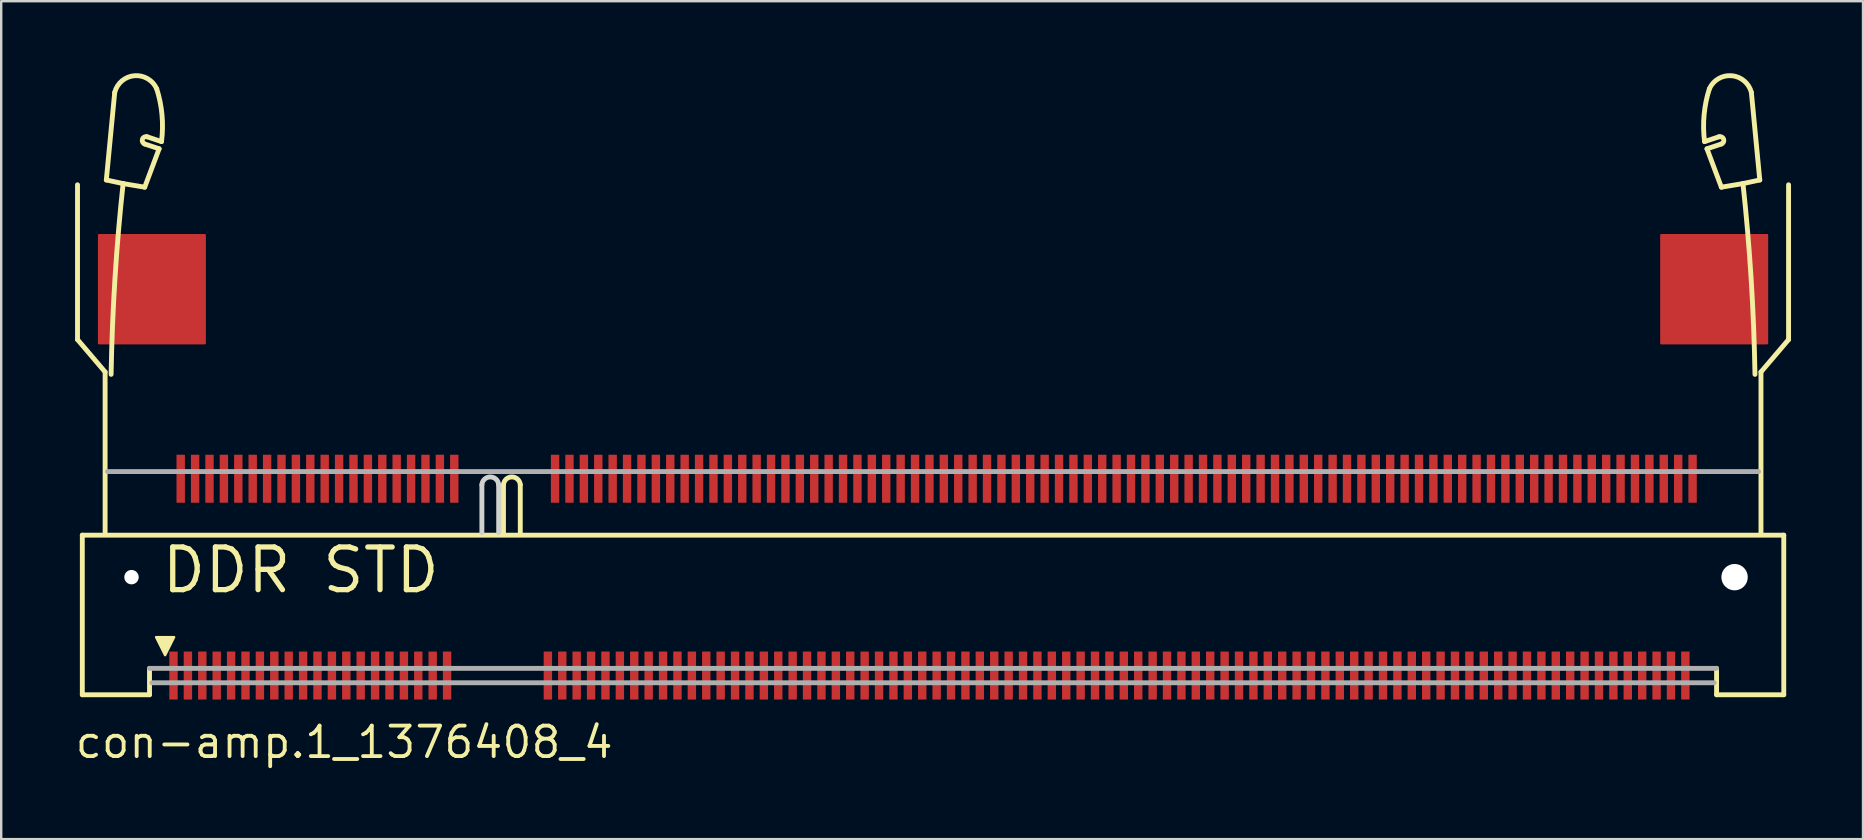
<source format=kicad_pcb>
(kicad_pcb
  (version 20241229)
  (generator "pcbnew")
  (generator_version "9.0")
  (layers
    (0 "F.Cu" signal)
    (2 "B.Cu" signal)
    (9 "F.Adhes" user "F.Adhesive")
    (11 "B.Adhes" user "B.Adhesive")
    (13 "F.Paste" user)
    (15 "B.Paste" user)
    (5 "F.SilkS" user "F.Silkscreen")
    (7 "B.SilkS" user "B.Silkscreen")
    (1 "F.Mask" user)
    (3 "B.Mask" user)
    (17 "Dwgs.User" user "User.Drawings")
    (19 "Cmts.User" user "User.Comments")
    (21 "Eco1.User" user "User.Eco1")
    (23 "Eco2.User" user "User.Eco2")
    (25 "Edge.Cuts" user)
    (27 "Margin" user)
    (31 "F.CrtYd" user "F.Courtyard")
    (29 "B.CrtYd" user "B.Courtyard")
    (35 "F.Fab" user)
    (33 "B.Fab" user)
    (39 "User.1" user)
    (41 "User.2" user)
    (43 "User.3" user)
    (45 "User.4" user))
  (footprint "con-amp.1_1376408_4"
    (layer "F.Cu")
    (at 36.83 21)
    (property "Reference" "con-amp.1_1376408_4" (at -36.83 7.62 0) (layer "F.SilkS") (effects (font (size 1.27 1.27) (thickness 0.16)) (justify left bottom)))
    (attr smd)
    (fp_line (start -36.65 -16.35) (end -36.65 -9.9) (stroke (width 0.203) (type default)) (layer "F.SilkS"))
    (fp_line (start -36.65 -9.9) (end -35.5 -8.55) (stroke (width 0.203) (type default)) (layer "F.SilkS"))
    (fp_line (start -36.45 -1.75) (end -36.45 4.9) (stroke (width 0.203) (type default)) (layer "F.SilkS"))
    (fp_line (start -36.45 4.9) (end -33.65 4.9) (stroke (width 0.203) (type default)) (layer "F.SilkS"))
    (fp_line (start -35.5 -8.55) (end -35.5 -1.85) (stroke (width 0.203) (type default)) (layer "F.SilkS"))
    (fp_line (start -35.45 -16.55) (end -34.75 -16.4) (stroke (width 0.203) (type default)) (layer "F.SilkS"))
    (fp_line (start -35.1 -20.2) (end -35.45 -16.55) (stroke (width 0.203) (type default)) (layer "F.SilkS"))
    (fp_line (start -34.75 -16.4) (end -33.85 -16.25) (stroke (width 0.203) (type default)) (layer "F.SilkS"))
    (fp_line (start -33.85 -16.25) (end -33.25 -17.85) (stroke (width 0.203) (type default)) (layer "F.SilkS"))
    (fp_line (start -33.75 -18.35) (end -33.15 -18.15) (stroke (width 0.203) (type default)) (layer "F.SilkS"))
    (fp_line (start -33.65 4.9) (end -33.65 3.8) (stroke (width 0.203) (type default)) (layer "F.SilkS"))
    (fp_line (start -33.25 -17.85) (end -33.85 -18.05) (stroke (width 0.203) (type default)) (layer "F.SilkS"))
    (fp_line (start -18.9 -3.85) (end -18.9 -1.85) (stroke (width 0.203) (type default)) (layer "F.SilkS"))
    (fp_line (start -18.2 -3.85) (end -18.2 -1.85) (stroke (width 0.203) (type default)) (layer "F.SilkS"))
    (fp_line (start 31.25 -17.85) (end 31.85 -18.05) (stroke (width 0.203) (type default)) (layer "F.SilkS"))
    (fp_line (start 31.65 3.8) (end 31.65 4.9) (stroke (width 0.203) (type default)) (layer "F.SilkS"))
    (fp_line (start 31.65 4.9) (end 34.45 4.9) (stroke (width 0.203) (type default)) (layer "F.SilkS"))
    (fp_line (start 31.75 -18.35) (end 31.15 -18.15) (stroke (width 0.203) (type default)) (layer "F.SilkS"))
    (fp_line (start 31.85 -16.25) (end 31.25 -17.85) (stroke (width 0.203) (type default)) (layer "F.SilkS"))
    (fp_line (start 32.75 -16.4) (end 31.85 -16.25) (stroke (width 0.203) (type default)) (layer "F.SilkS"))
    (fp_line (start 33.1 -20.2) (end 33.45 -16.55) (stroke (width 0.203) (type default)) (layer "F.SilkS"))
    (fp_line (start 33.45 -16.55) (end 32.75 -16.4) (stroke (width 0.203) (type default)) (layer "F.SilkS"))
    (fp_line (start 33.5 -8.55) (end 33.5 -1.85) (stroke (width 0.203) (type default)) (layer "F.SilkS"))
    (fp_line (start 34.45 -1.75) (end -36.45 -1.75) (stroke (width 0.203) (type default)) (layer "F.SilkS"))
    (fp_line (start 34.45 4.9) (end 34.45 -1.75) (stroke (width 0.203) (type default)) (layer "F.SilkS"))
    (fp_line (start 34.65 -16.35) (end 34.65 -9.9) (stroke (width 0.203) (type default)) (layer "F.SilkS"))
    (fp_line (start 34.65 -9.9) (end 33.5 -8.55) (stroke (width 0.203) (type default)) (layer "F.SilkS"))
    (fp_arc (start -35.25 -8.45) (mid -35.090252 -12.430676) (end -34.75 -16.4) (stroke (width 0.2032) (type default)) (layer "F.SilkS"))
    (fp_arc (start -35.1 -20.2) (mid -34.27818 -20.895428) (end -33.35 -20.35) (stroke (width 0.2032) (type default)) (layer "F.SilkS"))
    (fp_arc (start -33.85 -18.05) (mid -33.945277 -18.248426) (end -33.75 -18.35) (stroke (width 0.2032) (type default)) (layer "F.SilkS"))
    (fp_arc (start -33.35 -20.35) (mid -33.129251 -19.260977) (end -33.15 -18.15) (stroke (width 0.2032) (type default)) (layer "F.SilkS"))
    (fp_arc (start -18.9 -3.85) (mid -18.55 -4.175892) (end -18.2 -3.85) (stroke (width 0.2032) (type default)) (layer "F.SilkS"))
    (fp_arc (start 31.15 -18.15) (mid 31.129251 -19.260977) (end 31.35 -20.35) (stroke (width 0.2032) (type default)) (layer "F.SilkS"))
    (fp_arc (start 31.35 -20.35) (mid 32.27818 -20.895428) (end 33.1 -20.2) (stroke (width 0.2032) (type default)) (layer "F.SilkS"))
    (fp_arc (start 31.75 -18.35) (mid 31.945277 -18.248426) (end 31.85 -18.05) (stroke (width 0.2032) (type default)) (layer "F.SilkS"))
    (fp_arc (start 32.75 -16.4) (mid 33.090252 -12.430676) (end 33.25 -8.45) (stroke (width 0.2032) (type default)) (layer "F.SilkS"))
    (fp_poly (pts (xy -33 3.25) (xy -33.375 2.5) (xy -32.625 2.5)) (stroke (width 0.102) (type default)) (fill yes) (layer "F.SilkS"))
    (fp_line (start -19.8 -3.85) (end -19.8 -1.85) (stroke (width 0.203) (type default)) (layer "Edge.Cuts"))
    (fp_line (start -19.1 -3.85) (end -19.1 -1.85) (stroke (width 0.203) (type default)) (layer "Edge.Cuts"))
    (fp_arc (start -19.8 -3.85) (mid -19.45 -4.175892) (end -19.1 -3.85) (stroke (width 0.2032) (type default)) (layer "Edge.Cuts"))
    (fp_line (start -35.4 -4.4) (end 33.4 -4.4) (stroke (width 0.203) (type default)) (layer "F.Fab"))
    (fp_line (start -33.65 3.8) (end 31.65 3.8) (stroke (width 0.203) (type default)) (layer "F.Fab"))
    (fp_line (start -33.55 4.4) (end 31.55 4.4) (stroke (width 0.203) (type default)) (layer "F.Fab"))
    (fp_text user "DDR STD" (at -33.25 0.75 0) (layer "F.SilkS") (effects (font (size 1.778 1.778) (thickness 0.22)) (justify left bottom)))
    (pad "" np_thru_hole circle (at -34.4 0) (size 0.6 0.6) (drill 0.6) (layers "*.Cu" "*.Mask"))
    (pad "" np_thru_hole circle (at 32.4 0) (size 1.1 1.1) (drill 1.1) (layers "*.Cu" "*.Mask"))
    (pad "1" smd roundrect (at -32.65 4.1 90) (size 2 0.35) (layers "F.Cu" "F.Mask" "F.Paste") (roundrect_rratio 0.01))
    (pad "2" smd roundrect (at -32.35 -4.1 90) (size 2 0.35) (layers "F.Cu" "F.Mask" "F.Paste") (roundrect_rratio 0.01))
    (pad "3" smd roundrect (at -32.05 4.1 90) (size 2 0.35) (layers "F.Cu" "F.Mask" "F.Paste") (roundrect_rratio 0.01))
    (pad "4" smd roundrect (at -31.75 -4.1 90) (size 2 0.35) (layers "F.Cu" "F.Mask" "F.Paste") (roundrect_rratio 0.01))
    (pad "5" smd roundrect (at -31.45 4.1 90) (size 2 0.35) (layers "F.Cu" "F.Mask" "F.Paste") (roundrect_rratio 0.01))
    (pad "6" smd roundrect (at -31.15 -4.1 90) (size 2 0.35) (layers "F.Cu" "F.Mask" "F.Paste") (roundrect_rratio 0.01))
    (pad "7" smd roundrect (at -30.85 4.1 90) (size 2 0.35) (layers "F.Cu" "F.Mask" "F.Paste") (roundrect_rratio 0.01))
    (pad "8" smd roundrect (at -30.55 -4.1 90) (size 2 0.35) (layers "F.Cu" "F.Mask" "F.Paste") (roundrect_rratio 0.01))
    (pad "9" smd roundrect (at -30.25 4.1 90) (size 2 0.35) (layers "F.Cu" "F.Mask" "F.Paste") (roundrect_rratio 0.01))
    (pad "10" smd roundrect (at -29.95 -4.1 90) (size 2 0.35) (layers "F.Cu" "F.Mask" "F.Paste") (roundrect_rratio 0.01))
    (pad "11" smd roundrect (at -29.65 4.1 90) (size 2 0.35) (layers "F.Cu" "F.Mask" "F.Paste") (roundrect_rratio 0.01))
    (pad "12" smd roundrect (at -29.35 -4.1 90) (size 2 0.35) (layers "F.Cu" "F.Mask" "F.Paste") (roundrect_rratio 0.01))
    (pad "13" smd roundrect (at -29.05 4.1 90) (size 2 0.35) (layers "F.Cu" "F.Mask" "F.Paste") (roundrect_rratio 0.01))
    (pad "14" smd roundrect (at -28.75 -4.1 90) (size 2 0.35) (layers "F.Cu" "F.Mask" "F.Paste") (roundrect_rratio 0.01))
    (pad "15" smd roundrect (at -28.45 4.1 90) (size 2 0.35) (layers "F.Cu" "F.Mask" "F.Paste") (roundrect_rratio 0.01))
    (pad "16" smd roundrect (at -28.15 -4.1 90) (size 2 0.35) (layers "F.Cu" "F.Mask" "F.Paste") (roundrect_rratio 0.01))
    (pad "17" smd roundrect (at -27.85 4.1 90) (size 2 0.35) (layers "F.Cu" "F.Mask" "F.Paste") (roundrect_rratio 0.01))
    (pad "18" smd roundrect (at -27.55 -4.1 90) (size 2 0.35) (layers "F.Cu" "F.Mask" "F.Paste") (roundrect_rratio 0.01))
    (pad "19" smd roundrect (at -27.25 4.1 90) (size 2 0.35) (layers "F.Cu" "F.Mask" "F.Paste") (roundrect_rratio 0.01))
    (pad "20" smd roundrect (at -26.95 -4.1 90) (size 2 0.35) (layers "F.Cu" "F.Mask" "F.Paste") (roundrect_rratio 0.01))
    (pad "21" smd roundrect (at -26.65 4.1 90) (size 2 0.35) (layers "F.Cu" "F.Mask" "F.Paste") (roundrect_rratio 0.01))
    (pad "22" smd roundrect (at -26.35 -4.1 90) (size 2 0.35) (layers "F.Cu" "F.Mask" "F.Paste") (roundrect_rratio 0.01))
    (pad "23" smd roundrect (at -26.05 4.1 90) (size 2 0.35) (layers "F.Cu" "F.Mask" "F.Paste") (roundrect_rratio 0.01))
    (pad "24" smd roundrect (at -25.75 -4.1 90) (size 2 0.35) (layers "F.Cu" "F.Mask" "F.Paste") (roundrect_rratio 0.01))
    (pad "25" smd roundrect (at -25.45 4.1 90) (size 2 0.35) (layers "F.Cu" "F.Mask" "F.Paste") (roundrect_rratio 0.01))
    (pad "26" smd roundrect (at -25.15 -4.1 90) (size 2 0.35) (layers "F.Cu" "F.Mask" "F.Paste") (roundrect_rratio 0.01))
    (pad "27" smd roundrect (at -24.85 4.1 90) (size 2 0.35) (layers "F.Cu" "F.Mask" "F.Paste") (roundrect_rratio 0.01))
    (pad "28" smd roundrect (at -24.55 -4.1 90) (size 2 0.35) (layers "F.Cu" "F.Mask" "F.Paste") (roundrect_rratio 0.01))
    (pad "29" smd roundrect (at -24.25 4.1 90) (size 2 0.35) (layers "F.Cu" "F.Mask" "F.Paste") (roundrect_rratio 0.01))
    (pad "30" smd roundrect (at -23.95 -4.1 90) (size 2 0.35) (layers "F.Cu" "F.Mask" "F.Paste") (roundrect_rratio 0.01))
    (pad "31" smd roundrect (at -23.65 4.1 90) (size 2 0.35) (layers "F.Cu" "F.Mask" "F.Paste") (roundrect_rratio 0.01))
    (pad "32" smd roundrect (at -23.35 -4.1 90) (size 2 0.35) (layers "F.Cu" "F.Mask" "F.Paste") (roundrect_rratio 0.01))
    (pad "33" smd roundrect (at -23.05 4.1 90) (size 2 0.35) (layers "F.Cu" "F.Mask" "F.Paste") (roundrect_rratio 0.01))
    (pad "34" smd roundrect (at -22.75 -4.1 90) (size 2 0.35) (layers "F.Cu" "F.Mask" "F.Paste") (roundrect_rratio 0.01))
    (pad "35" smd roundrect (at -22.45 4.1 90) (size 2 0.35) (layers "F.Cu" "F.Mask" "F.Paste") (roundrect_rratio 0.01))
    (pad "36" smd roundrect (at -22.15 -4.1 90) (size 2 0.35) (layers "F.Cu" "F.Mask" "F.Paste") (roundrect_rratio 0.01))
    (pad "37" smd roundrect (at -21.85 4.1 90) (size 2 0.35) (layers "F.Cu" "F.Mask" "F.Paste") (roundrect_rratio 0.01))
    (pad "38" smd roundrect (at -21.55 -4.1 90) (size 2 0.35) (layers "F.Cu" "F.Mask" "F.Paste") (roundrect_rratio 0.01))
    (pad "39" smd roundrect (at -21.25 4.1 90) (size 2 0.35) (layers "F.Cu" "F.Mask" "F.Paste") (roundrect_rratio 0.01))
    (pad "40" smd roundrect (at -20.95 -4.1 90) (size 2 0.35) (layers "F.Cu" "F.Mask" "F.Paste") (roundrect_rratio 0.01))
    (pad "41" smd roundrect (at -17.05 4.1 90) (size 2 0.35) (layers "F.Cu" "F.Mask" "F.Paste") (roundrect_rratio 0.01))
    (pad "42" smd roundrect (at -16.75 -4.1 90) (size 2 0.35) (layers "F.Cu" "F.Mask" "F.Paste") (roundrect_rratio 0.01))
    (pad "43" smd roundrect (at -16.45 4.1 90) (size 2 0.35) (layers "F.Cu" "F.Mask" "F.Paste") (roundrect_rratio 0.01))
    (pad "44" smd roundrect (at -16.15 -4.1 90) (size 2 0.35) (layers "F.Cu" "F.Mask" "F.Paste") (roundrect_rratio 0.01))
    (pad "45" smd roundrect (at -15.85 4.1 90) (size 2 0.35) (layers "F.Cu" "F.Mask" "F.Paste") (roundrect_rratio 0.01))
    (pad "46" smd roundrect (at -15.55 -4.1 90) (size 2 0.35) (layers "F.Cu" "F.Mask" "F.Paste") (roundrect_rratio 0.01))
    (pad "47" smd roundrect (at -15.25 4.1 90) (size 2 0.35) (layers "F.Cu" "F.Mask" "F.Paste") (roundrect_rratio 0.01))
    (pad "48" smd roundrect (at -14.95 -4.1 90) (size 2 0.35) (layers "F.Cu" "F.Mask" "F.Paste") (roundrect_rratio 0.01))
    (pad "49" smd roundrect (at -14.65 4.1 90) (size 2 0.35) (layers "F.Cu" "F.Mask" "F.Paste") (roundrect_rratio 0.01))
    (pad "50" smd roundrect (at -14.35 -4.1 90) (size 2 0.35) (layers "F.Cu" "F.Mask" "F.Paste") (roundrect_rratio 0.01))
    (pad "51" smd roundrect (at -14.05 4.1 90) (size 2 0.35) (layers "F.Cu" "F.Mask" "F.Paste") (roundrect_rratio 0.01))
    (pad "52" smd roundrect (at -13.75 -4.1 90) (size 2 0.35) (layers "F.Cu" "F.Mask" "F.Paste") (roundrect_rratio 0.01))
    (pad "53" smd roundrect (at -13.45 4.1 90) (size 2 0.35) (layers "F.Cu" "F.Mask" "F.Paste") (roundrect_rratio 0.01))
    (pad "54" smd roundrect (at -13.15 -4.1 90) (size 2 0.35) (layers "F.Cu" "F.Mask" "F.Paste") (roundrect_rratio 0.01))
    (pad "55" smd roundrect (at -12.85 4.1 90) (size 2 0.35) (layers "F.Cu" "F.Mask" "F.Paste") (roundrect_rratio 0.01))
    (pad "56" smd roundrect (at -12.55 -4.1 90) (size 2 0.35) (layers "F.Cu" "F.Mask" "F.Paste") (roundrect_rratio 0.01))
    (pad "57" smd roundrect (at -12.25 4.1 90) (size 2 0.35) (layers "F.Cu" "F.Mask" "F.Paste") (roundrect_rratio 0.01))
    (pad "58" smd roundrect (at -11.95 -4.1 90) (size 2 0.35) (layers "F.Cu" "F.Mask" "F.Paste") (roundrect_rratio 0.01))
    (pad "59" smd roundrect (at -11.65 4.1 90) (size 2 0.35) (layers "F.Cu" "F.Mask" "F.Paste") (roundrect_rratio 0.01))
    (pad "60" smd roundrect (at -11.35 -4.1 90) (size 2 0.35) (layers "F.Cu" "F.Mask" "F.Paste") (roundrect_rratio 0.01))
    (pad "61" smd roundrect (at -11.05 4.1 90) (size 2 0.35) (layers "F.Cu" "F.Mask" "F.Paste") (roundrect_rratio 0.01))
    (pad "62" smd roundrect (at -10.75 -4.1 90) (size 2 0.35) (layers "F.Cu" "F.Mask" "F.Paste") (roundrect_rratio 0.01))
    (pad "63" smd roundrect (at -10.45 4.1 90) (size 2 0.35) (layers "F.Cu" "F.Mask" "F.Paste") (roundrect_rratio 0.01))
    (pad "64" smd roundrect (at -10.15 -4.1 90) (size 2 0.35) (layers "F.Cu" "F.Mask" "F.Paste") (roundrect_rratio 0.01))
    (pad "65" smd roundrect (at -9.85 4.1 90) (size 2 0.35) (layers "F.Cu" "F.Mask" "F.Paste") (roundrect_rratio 0.01))
    (pad "66" smd roundrect (at -9.55 -4.1 90) (size 2 0.35) (layers "F.Cu" "F.Mask" "F.Paste") (roundrect_rratio 0.01))
    (pad "67" smd roundrect (at -9.25 4.1 90) (size 2 0.35) (layers "F.Cu" "F.Mask" "F.Paste") (roundrect_rratio 0.01))
    (pad "68" smd roundrect (at -8.95 -4.1 90) (size 2 0.35) (layers "F.Cu" "F.Mask" "F.Paste") (roundrect_rratio 0.01))
    (pad "69" smd roundrect (at -8.65 4.1 90) (size 2 0.35) (layers "F.Cu" "F.Mask" "F.Paste") (roundrect_rratio 0.01))
    (pad "70" smd roundrect (at -8.35 -4.1 90) (size 2 0.35) (layers "F.Cu" "F.Mask" "F.Paste") (roundrect_rratio 0.01))
    (pad "71" smd roundrect (at -8.05 4.1 90) (size 2 0.35) (layers "F.Cu" "F.Mask" "F.Paste") (roundrect_rratio 0.01))
    (pad "72" smd roundrect (at -7.75 -4.1 90) (size 2 0.35) (layers "F.Cu" "F.Mask" "F.Paste") (roundrect_rratio 0.01))
    (pad "73" smd roundrect (at -7.45 4.1 90) (size 2 0.35) (layers "F.Cu" "F.Mask" "F.Paste") (roundrect_rratio 0.01))
    (pad "74" smd roundrect (at -7.15 -4.1 90) (size 2 0.35) (layers "F.Cu" "F.Mask" "F.Paste") (roundrect_rratio 0.01))
    (pad "75" smd roundrect (at -6.85 4.1 90) (size 2 0.35) (layers "F.Cu" "F.Mask" "F.Paste") (roundrect_rratio 0.01))
    (pad "76" smd roundrect (at -6.55 -4.1 90) (size 2 0.35) (layers "F.Cu" "F.Mask" "F.Paste") (roundrect_rratio 0.01))
    (pad "77" smd roundrect (at -6.25 4.1 90) (size 2 0.35) (layers "F.Cu" "F.Mask" "F.Paste") (roundrect_rratio 0.01))
    (pad "78" smd roundrect (at -5.95 -4.1 90) (size 2 0.35) (layers "F.Cu" "F.Mask" "F.Paste") (roundrect_rratio 0.01))
    (pad "79" smd roundrect (at -5.65 4.1 90) (size 2 0.35) (layers "F.Cu" "F.Mask" "F.Paste") (roundrect_rratio 0.01))
    (pad "80" smd roundrect (at -5.35 -4.1 90) (size 2 0.35) (layers "F.Cu" "F.Mask" "F.Paste") (roundrect_rratio 0.01))
    (pad "81" smd roundrect (at -5.05 4.1 90) (size 2 0.35) (layers "F.Cu" "F.Mask" "F.Paste") (roundrect_rratio 0.01))
    (pad "82" smd roundrect (at -4.75 -4.1 90) (size 2 0.35) (layers "F.Cu" "F.Mask" "F.Paste") (roundrect_rratio 0.01))
    (pad "83" smd roundrect (at -4.45 4.1 90) (size 2 0.35) (layers "F.Cu" "F.Mask" "F.Paste") (roundrect_rratio 0.01))
    (pad "84" smd roundrect (at -4.15 -4.1 90) (size 2 0.35) (layers "F.Cu" "F.Mask" "F.Paste") (roundrect_rratio 0.01))
    (pad "85" smd roundrect (at -3.85 4.1 90) (size 2 0.35) (layers "F.Cu" "F.Mask" "F.Paste") (roundrect_rratio 0.01))
    (pad "86" smd roundrect (at -3.55 -4.1 90) (size 2 0.35) (layers "F.Cu" "F.Mask" "F.Paste") (roundrect_rratio 0.01))
    (pad "87" smd roundrect (at -3.25 4.1 90) (size 2 0.35) (layers "F.Cu" "F.Mask" "F.Paste") (roundrect_rratio 0.01))
    (pad "88" smd roundrect (at -2.95 -4.1 90) (size 2 0.35) (layers "F.Cu" "F.Mask" "F.Paste") (roundrect_rratio 0.01))
    (pad "89" smd roundrect (at -2.65 4.1 90) (size 2 0.35) (layers "F.Cu" "F.Mask" "F.Paste") (roundrect_rratio 0.01))
    (pad "90" smd roundrect (at -2.35 -4.1 90) (size 2 0.35) (layers "F.Cu" "F.Mask" "F.Paste") (roundrect_rratio 0.01))
    (pad "91" smd roundrect (at -2.05 4.1 90) (size 2 0.35) (layers "F.Cu" "F.Mask" "F.Paste") (roundrect_rratio 0.01))
    (pad "92" smd roundrect (at -1.75 -4.1 90) (size 2 0.35) (layers "F.Cu" "F.Mask" "F.Paste") (roundrect_rratio 0.01))
    (pad "93" smd roundrect (at -1.45 4.1 90) (size 2 0.35) (layers "F.Cu" "F.Mask" "F.Paste") (roundrect_rratio 0.01))
    (pad "94" smd roundrect (at -1.15 -4.1 90) (size 2 0.35) (layers "F.Cu" "F.Mask" "F.Paste") (roundrect_rratio 0.01))
    (pad "95" smd roundrect (at -0.85 4.1 90) (size 2 0.35) (layers "F.Cu" "F.Mask" "F.Paste") (roundrect_rratio 0.01))
    (pad "96" smd roundrect (at -0.55 -4.1 90) (size 2 0.35) (layers "F.Cu" "F.Mask" "F.Paste") (roundrect_rratio 0.01))
    (pad "97" smd roundrect (at -0.25 4.1 90) (size 2 0.35) (layers "F.Cu" "F.Mask" "F.Paste") (roundrect_rratio 0.01))
    (pad "98" smd roundrect (at 0.05 -4.1 90) (size 2 0.35) (layers "F.Cu" "F.Mask" "F.Paste") (roundrect_rratio 0.01))
    (pad "99" smd roundrect (at 0.35 4.1 90) (size 2 0.35) (layers "F.Cu" "F.Mask" "F.Paste") (roundrect_rratio 0.01))
    (pad "100" smd roundrect (at 0.65 -4.1 90) (size 2 0.35) (layers "F.Cu" "F.Mask" "F.Paste") (roundrect_rratio 0.01))
    (pad "101" smd roundrect (at 0.95 4.1 90) (size 2 0.35) (layers "F.Cu" "F.Mask" "F.Paste") (roundrect_rratio 0.01))
    (pad "102" smd roundrect (at 1.25 -4.1 90) (size 2 0.35) (layers "F.Cu" "F.Mask" "F.Paste") (roundrect_rratio 0.01))
    (pad "103" smd roundrect (at 1.55 4.1 90) (size 2 0.35) (layers "F.Cu" "F.Mask" "F.Paste") (roundrect_rratio 0.01))
    (pad "104" smd roundrect (at 1.85 -4.1 90) (size 2 0.35) (layers "F.Cu" "F.Mask" "F.Paste") (roundrect_rratio 0.01))
    (pad "105" smd roundrect (at 2.15 4.1 90) (size 2 0.35) (layers "F.Cu" "F.Mask" "F.Paste") (roundrect_rratio 0.01))
    (pad "106" smd roundrect (at 2.45 -4.1 90) (size 2 0.35) (layers "F.Cu" "F.Mask" "F.Paste") (roundrect_rratio 0.01))
    (pad "107" smd roundrect (at 2.75 4.1 90) (size 2 0.35) (layers "F.Cu" "F.Mask" "F.Paste") (roundrect_rratio 0.01))
    (pad "108" smd roundrect (at 3.05 -4.1 90) (size 2 0.35) (layers "F.Cu" "F.Mask" "F.Paste") (roundrect_rratio 0.01))
    (pad "109" smd roundrect (at 3.35 4.1 90) (size 2 0.35) (layers "F.Cu" "F.Mask" "F.Paste") (roundrect_rratio 0.01))
    (pad "110" smd roundrect (at 3.65 -4.1 90) (size 2 0.35) (layers "F.Cu" "F.Mask" "F.Paste") (roundrect_rratio 0.01))
    (pad "111" smd roundrect (at 3.95 4.1 90) (size 2 0.35) (layers "F.Cu" "F.Mask" "F.Paste") (roundrect_rratio 0.01))
    (pad "112" smd roundrect (at 4.25 -4.1 90) (size 2 0.35) (layers "F.Cu" "F.Mask" "F.Paste") (roundrect_rratio 0.01))
    (pad "113" smd roundrect (at 4.55 4.1 90) (size 2 0.35) (layers "F.Cu" "F.Mask" "F.Paste") (roundrect_rratio 0.01))
    (pad "114" smd roundrect (at 4.85 -4.1 90) (size 2 0.35) (layers "F.Cu" "F.Mask" "F.Paste") (roundrect_rratio 0.01))
    (pad "115" smd roundrect (at 5.15 4.1 90) (size 2 0.35) (layers "F.Cu" "F.Mask" "F.Paste") (roundrect_rratio 0.01))
    (pad "116" smd roundrect (at 5.45 -4.1 90) (size 2 0.35) (layers "F.Cu" "F.Mask" "F.Paste") (roundrect_rratio 0.01))
    (pad "117" smd roundrect (at 5.75 4.1 90) (size 2 0.35) (layers "F.Cu" "F.Mask" "F.Paste") (roundrect_rratio 0.01))
    (pad "118" smd roundrect (at 6.05 -4.1 90) (size 2 0.35) (layers "F.Cu" "F.Mask" "F.Paste") (roundrect_rratio 0.01))
    (pad "119" smd roundrect (at 6.35 4.1 90) (size 2 0.35) (layers "F.Cu" "F.Mask" "F.Paste") (roundrect_rratio 0.01))
    (pad "120" smd roundrect (at 6.65 -4.1 90) (size 2 0.35) (layers "F.Cu" "F.Mask" "F.Paste") (roundrect_rratio 0.01))
    (pad "121" smd roundrect (at 6.95 4.1 90) (size 2 0.35) (layers "F.Cu" "F.Mask" "F.Paste") (roundrect_rratio 0.01))
    (pad "122" smd roundrect (at 7.25 -4.1 90) (size 2 0.35) (layers "F.Cu" "F.Mask" "F.Paste") (roundrect_rratio 0.01))
    (pad "123" smd roundrect (at 7.55 4.1 90) (size 2 0.35) (layers "F.Cu" "F.Mask" "F.Paste") (roundrect_rratio 0.01))
    (pad "124" smd roundrect (at 7.85 -4.1 90) (size 2 0.35) (layers "F.Cu" "F.Mask" "F.Paste") (roundrect_rratio 0.01))
    (pad "125" smd roundrect (at 8.15 4.1 90) (size 2 0.35) (layers "F.Cu" "F.Mask" "F.Paste") (roundrect_rratio 0.01))
    (pad "126" smd roundrect (at 8.45 -4.1 90) (size 2 0.35) (layers "F.Cu" "F.Mask" "F.Paste") (roundrect_rratio 0.01))
    (pad "127" smd roundrect (at 8.75 4.1 90) (size 2 0.35) (layers "F.Cu" "F.Mask" "F.Paste") (roundrect_rratio 0.01))
    (pad "128" smd roundrect (at 9.05 -4.1 90) (size 2 0.35) (layers "F.Cu" "F.Mask" "F.Paste") (roundrect_rratio 0.01))
    (pad "129" smd roundrect (at 9.35 4.1 90) (size 2 0.35) (layers "F.Cu" "F.Mask" "F.Paste") (roundrect_rratio 0.01))
    (pad "130" smd roundrect (at 9.65 -4.1 90) (size 2 0.35) (layers "F.Cu" "F.Mask" "F.Paste") (roundrect_rratio 0.01))
    (pad "131" smd roundrect (at 9.95 4.1 90) (size 2 0.35) (layers "F.Cu" "F.Mask" "F.Paste") (roundrect_rratio 0.01))
    (pad "132" smd roundrect (at 10.25 -4.1 90) (size 2 0.35) (layers "F.Cu" "F.Mask" "F.Paste") (roundrect_rratio 0.01))
    (pad "133" smd roundrect (at 10.55 4.1 90) (size 2 0.35) (layers "F.Cu" "F.Mask" "F.Paste") (roundrect_rratio 0.01))
    (pad "134" smd roundrect (at 10.85 -4.1 90) (size 2 0.35) (layers "F.Cu" "F.Mask" "F.Paste") (roundrect_rratio 0.01))
    (pad "135" smd roundrect (at 11.15 4.1 90) (size 2 0.35) (layers "F.Cu" "F.Mask" "F.Paste") (roundrect_rratio 0.01))
    (pad "136" smd roundrect (at 11.45 -4.1 90) (size 2 0.35) (layers "F.Cu" "F.Mask" "F.Paste") (roundrect_rratio 0.01))
    (pad "137" smd roundrect (at 11.75 4.1 90) (size 2 0.35) (layers "F.Cu" "F.Mask" "F.Paste") (roundrect_rratio 0.01))
    (pad "138" smd roundrect (at 12.05 -4.1 90) (size 2 0.35) (layers "F.Cu" "F.Mask" "F.Paste") (roundrect_rratio 0.01))
    (pad "139" smd roundrect (at 12.35 4.1 90) (size 2 0.35) (layers "F.Cu" "F.Mask" "F.Paste") (roundrect_rratio 0.01))
    (pad "140" smd roundrect (at 12.65 -4.1 90) (size 2 0.35) (layers "F.Cu" "F.Mask" "F.Paste") (roundrect_rratio 0.01))
    (pad "141" smd roundrect (at 12.95 4.1 90) (size 2 0.35) (layers "F.Cu" "F.Mask" "F.Paste") (roundrect_rratio 0.01))
    (pad "142" smd roundrect (at 13.25 -4.1 90) (size 2 0.35) (layers "F.Cu" "F.Mask" "F.Paste") (roundrect_rratio 0.01))
    (pad "143" smd roundrect (at 13.55 4.1 90) (size 2 0.35) (layers "F.Cu" "F.Mask" "F.Paste") (roundrect_rratio 0.01))
    (pad "144" smd roundrect (at 13.85 -4.1 90) (size 2 0.35) (layers "F.Cu" "F.Mask" "F.Paste") (roundrect_rratio 0.01))
    (pad "145" smd roundrect (at 14.15 4.1 90) (size 2 0.35) (layers "F.Cu" "F.Mask" "F.Paste") (roundrect_rratio 0.01))
    (pad "146" smd roundrect (at 14.45 -4.1 90) (size 2 0.35) (layers "F.Cu" "F.Mask" "F.Paste") (roundrect_rratio 0.01))
    (pad "147" smd roundrect (at 14.75 4.1 90) (size 2 0.35) (layers "F.Cu" "F.Mask" "F.Paste") (roundrect_rratio 0.01))
    (pad "148" smd roundrect (at 15.05 -4.1 90) (size 2 0.35) (layers "F.Cu" "F.Mask" "F.Paste") (roundrect_rratio 0.01))
    (pad "149" smd roundrect (at 15.35 4.1 90) (size 2 0.35) (layers "F.Cu" "F.Mask" "F.Paste") (roundrect_rratio 0.01))
    (pad "150" smd roundrect (at 15.65 -4.1 90) (size 2 0.35) (layers "F.Cu" "F.Mask" "F.Paste") (roundrect_rratio 0.01))
    (pad "151" smd roundrect (at 15.95 4.1 90) (size 2 0.35) (layers "F.Cu" "F.Mask" "F.Paste") (roundrect_rratio 0.01))
    (pad "152" smd roundrect (at 16.25 -4.1 90) (size 2 0.35) (layers "F.Cu" "F.Mask" "F.Paste") (roundrect_rratio 0.01))
    (pad "153" smd roundrect (at 16.55 4.1 90) (size 2 0.35) (layers "F.Cu" "F.Mask" "F.Paste") (roundrect_rratio 0.01))
    (pad "154" smd roundrect (at 16.85 -4.1 90) (size 2 0.35) (layers "F.Cu" "F.Mask" "F.Paste") (roundrect_rratio 0.01))
    (pad "155" smd roundrect (at 17.15 4.1 90) (size 2 0.35) (layers "F.Cu" "F.Mask" "F.Paste") (roundrect_rratio 0.01))
    (pad "156" smd roundrect (at 17.45 -4.1 90) (size 2 0.35) (layers "F.Cu" "F.Mask" "F.Paste") (roundrect_rratio 0.01))
    (pad "157" smd roundrect (at 17.75 4.1 90) (size 2 0.35) (layers "F.Cu" "F.Mask" "F.Paste") (roundrect_rratio 0.01))
    (pad "158" smd roundrect (at 18.05 -4.1 90) (size 2 0.35) (layers "F.Cu" "F.Mask" "F.Paste") (roundrect_rratio 0.01))
    (pad "159" smd roundrect (at 18.35 4.1 90) (size 2 0.35) (layers "F.Cu" "F.Mask" "F.Paste") (roundrect_rratio 0.01))
    (pad "160" smd roundrect (at 18.65 -4.1 90) (size 2 0.35) (layers "F.Cu" "F.Mask" "F.Paste") (roundrect_rratio 0.01))
    (pad "161" smd roundrect (at 18.95 4.1 90) (size 2 0.35) (layers "F.Cu" "F.Mask" "F.Paste") (roundrect_rratio 0.01))
    (pad "162" smd roundrect (at 19.25 -4.1 90) (size 2 0.35) (layers "F.Cu" "F.Mask" "F.Paste") (roundrect_rratio 0.01))
    (pad "163" smd roundrect (at 19.55 4.1 90) (size 2 0.35) (layers "F.Cu" "F.Mask" "F.Paste") (roundrect_rratio 0.01))
    (pad "164" smd roundrect (at 19.85 -4.1 90) (size 2 0.35) (layers "F.Cu" "F.Mask" "F.Paste") (roundrect_rratio 0.01))
    (pad "165" smd roundrect (at 20.15 4.1 90) (size 2 0.35) (layers "F.Cu" "F.Mask" "F.Paste") (roundrect_rratio 0.01))
    (pad "166" smd roundrect (at 20.45 -4.1 90) (size 2 0.35) (layers "F.Cu" "F.Mask" "F.Paste") (roundrect_rratio 0.01))
    (pad "167" smd roundrect (at 20.75 4.1 90) (size 2 0.35) (layers "F.Cu" "F.Mask" "F.Paste") (roundrect_rratio 0.01))
    (pad "168" smd roundrect (at 21.05 -4.1 90) (size 2 0.35) (layers "F.Cu" "F.Mask" "F.Paste") (roundrect_rratio 0.01))
    (pad "169" smd roundrect (at 21.35 4.1 90) (size 2 0.35) (layers "F.Cu" "F.Mask" "F.Paste") (roundrect_rratio 0.01))
    (pad "170" smd roundrect (at 21.65 -4.1 90) (size 2 0.35) (layers "F.Cu" "F.Mask" "F.Paste") (roundrect_rratio 0.01))
    (pad "171" smd roundrect (at 21.95 4.1 90) (size 2 0.35) (layers "F.Cu" "F.Mask" "F.Paste") (roundrect_rratio 0.01))
    (pad "172" smd roundrect (at 22.25 -4.1 90) (size 2 0.35) (layers "F.Cu" "F.Mask" "F.Paste") (roundrect_rratio 0.01))
    (pad "173" smd roundrect (at 22.55 4.1 90) (size 2 0.35) (layers "F.Cu" "F.Mask" "F.Paste") (roundrect_rratio 0.01))
    (pad "174" smd roundrect (at 22.85 -4.1 90) (size 2 0.35) (layers "F.Cu" "F.Mask" "F.Paste") (roundrect_rratio 0.01))
    (pad "175" smd roundrect (at 23.15 4.1 90) (size 2 0.35) (layers "F.Cu" "F.Mask" "F.Paste") (roundrect_rratio 0.01))
    (pad "176" smd roundrect (at 23.45 -4.1 90) (size 2 0.35) (layers "F.Cu" "F.Mask" "F.Paste") (roundrect_rratio 0.01))
    (pad "177" smd roundrect (at 23.75 4.1 90) (size 2 0.35) (layers "F.Cu" "F.Mask" "F.Paste") (roundrect_rratio 0.01))
    (pad "178" smd roundrect (at 24.05 -4.1 90) (size 2 0.35) (layers "F.Cu" "F.Mask" "F.Paste") (roundrect_rratio 0.01))
    (pad "179" smd roundrect (at 24.35 4.1 90) (size 2 0.35) (layers "F.Cu" "F.Mask" "F.Paste") (roundrect_rratio 0.01))
    (pad "180" smd roundrect (at 24.65 -4.1 90) (size 2 0.35) (layers "F.Cu" "F.Mask" "F.Paste") (roundrect_rratio 0.01))
    (pad "181" smd roundrect (at 24.95 4.1 90) (size 2 0.35) (layers "F.Cu" "F.Mask" "F.Paste") (roundrect_rratio 0.01))
    (pad "182" smd roundrect (at 25.25 -4.1 90) (size 2 0.35) (layers "F.Cu" "F.Mask" "F.Paste") (roundrect_rratio 0.01))
    (pad "183" smd roundrect (at 25.55 4.1 90) (size 2 0.35) (layers "F.Cu" "F.Mask" "F.Paste") (roundrect_rratio 0.01))
    (pad "184" smd roundrect (at 25.85 -4.1 90) (size 2 0.35) (layers "F.Cu" "F.Mask" "F.Paste") (roundrect_rratio 0.01))
    (pad "185" smd roundrect (at 26.15 4.1 90) (size 2 0.35) (layers "F.Cu" "F.Mask" "F.Paste") (roundrect_rratio 0.01))
    (pad "186" smd roundrect (at 26.45 -4.1 90) (size 2 0.35) (layers "F.Cu" "F.Mask" "F.Paste") (roundrect_rratio 0.01))
    (pad "187" smd roundrect (at 26.75 4.1 90) (size 2 0.35) (layers "F.Cu" "F.Mask" "F.Paste") (roundrect_rratio 0.01))
    (pad "188" smd roundrect (at 27.05 -4.1 90) (size 2 0.35) (layers "F.Cu" "F.Mask" "F.Paste") (roundrect_rratio 0.01))
    (pad "189" smd roundrect (at 27.35 4.1 90) (size 2 0.35) (layers "F.Cu" "F.Mask" "F.Paste") (roundrect_rratio 0.01))
    (pad "190" smd roundrect (at 27.65 -4.1 90) (size 2 0.35) (layers "F.Cu" "F.Mask" "F.Paste") (roundrect_rratio 0.01))
    (pad "191" smd roundrect (at 27.95 4.1 90) (size 2 0.35) (layers "F.Cu" "F.Mask" "F.Paste") (roundrect_rratio 0.01))
    (pad "192" smd roundrect (at 28.25 -4.1 90) (size 2 0.35) (layers "F.Cu" "F.Mask" "F.Paste") (roundrect_rratio 0.01))
    (pad "193" smd roundrect (at 28.55 4.1 90) (size 2 0.35) (layers "F.Cu" "F.Mask" "F.Paste") (roundrect_rratio 0.01))
    (pad "194" smd roundrect (at 28.85 -4.1 90) (size 2 0.35) (layers "F.Cu" "F.Mask" "F.Paste") (roundrect_rratio 0.01))
    (pad "195" smd roundrect (at 29.15 4.1 90) (size 2 0.35) (layers "F.Cu" "F.Mask" "F.Paste") (roundrect_rratio 0.01))
    (pad "196" smd roundrect (at 29.45 -4.1 90) (size 2 0.35) (layers "F.Cu" "F.Mask" "F.Paste") (roundrect_rratio 0.01))
    (pad "197" smd roundrect (at 29.75 4.1 90) (size 2 0.35) (layers "F.Cu" "F.Mask" "F.Paste") (roundrect_rratio 0.01))
    (pad "198" smd roundrect (at 30.05 -4.1 90) (size 2 0.35) (layers "F.Cu" "F.Mask" "F.Paste") (roundrect_rratio 0.01))
    (pad "199" smd roundrect (at 30.35 4.1 90) (size 2 0.35) (layers "F.Cu" "F.Mask" "F.Paste") (roundrect_rratio 0.01))
    (pad "200" smd roundrect (at 30.65 -4.1 90) (size 2 0.35) (layers "F.Cu" "F.Mask" "F.Paste") (roundrect_rratio 0.01))
    (pad "M1" smd roundrect (at -33.55 -12) (size 4.5 4.6) (layers "F.Cu" "F.Mask" "F.Paste") (roundrect_rratio 0.01))
    (pad "M2" smd roundrect (at 31.55 -12) (size 4.5 4.6) (layers "F.Cu" "F.Mask" "F.Paste") (roundrect_rratio 0.01)))
  (gr_rect
    (start -3 -3)
    (end 74.582 31.918)
    (stroke (width 0.1) (type default))
    (fill no)
    (layer "Edge.Cuts")))
</source>
